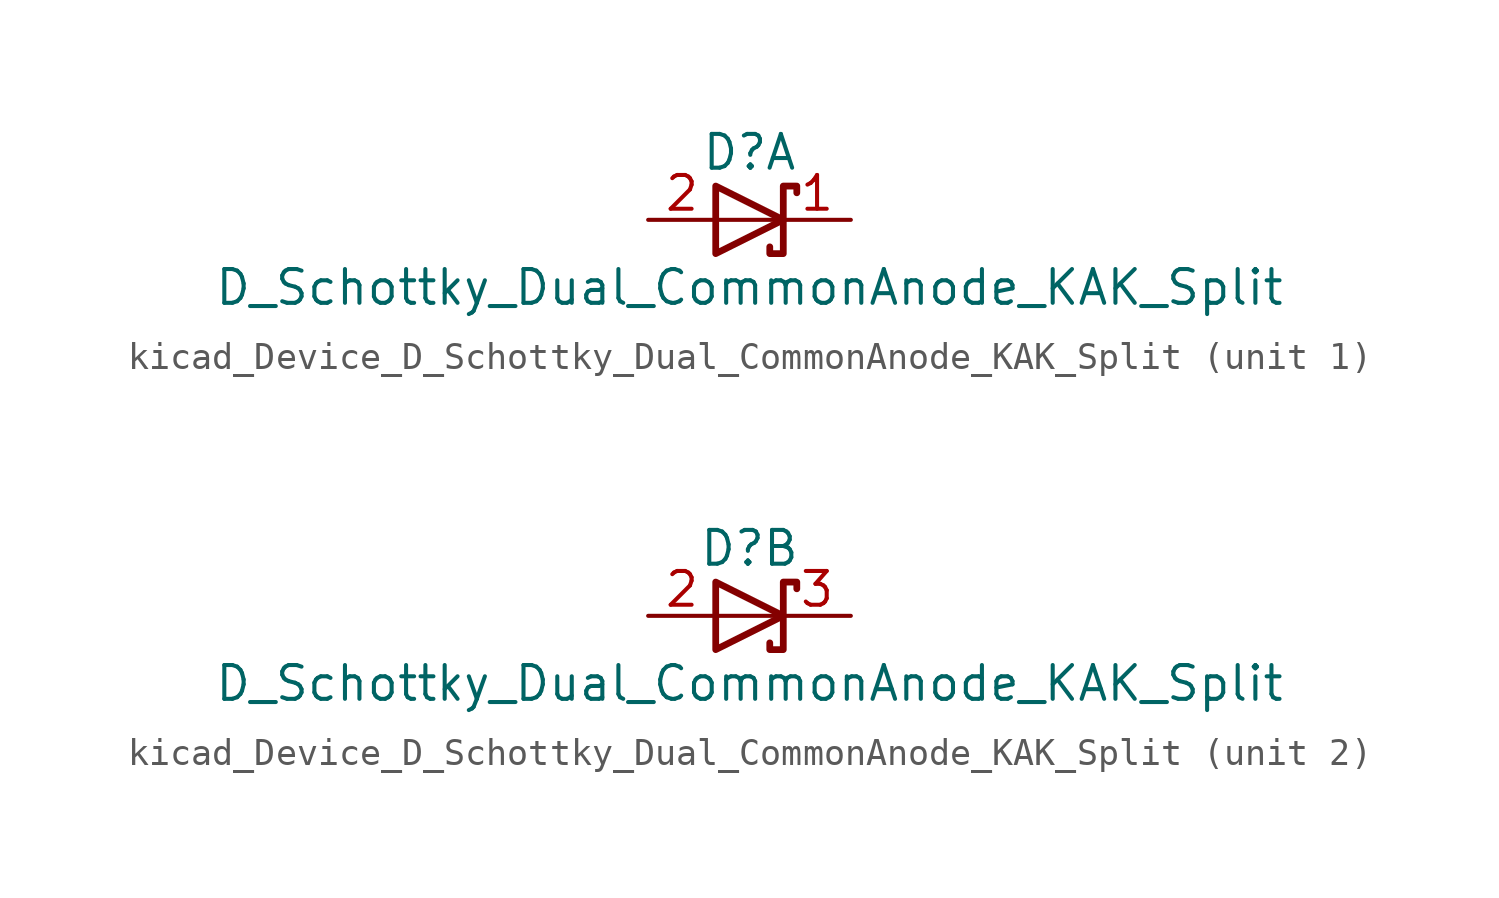
<source format=kicad_sym>
(kicad_symbol_lib
  (version 20220914)
  (generator kicad_symbol_editor)
  (symbol "kicad_Device_D_Schottky_Dual_CommonAnode_KAK_Split"
    (pin_names
      (offset 0.762) hide)
    (property "Reference" "D"
      (at 0 2.54 0)
      (effects (font (size 1.27 1.27))))
    (property "Value" "D_Schottky_Dual_CommonAnode_KAK_Split"
      (at 0 -2.54 0)
      (effects (font (size 1.27 1.27))))
    (property "ki_locked" ""
      (at 0 0 0)
      (effects (font (size 1.27 1.27))))
    (symbol "kicad_Device_D_Schottky_Dual_CommonAnode_KAK_Split_0_1"
      (polyline (pts (xy 1.27 0) (xy -1.27 0)) (stroke (width 0) (type default)) (fill (type none)))
      (polyline (pts (xy -1.27 1.27) (xy 1.27 0) (xy -1.27 -1.27) (xy -1.27 1.27) (xy -1.27 1.27) (xy -1.27 1.27)) (stroke (width 0.254) (type default)) (fill (type none)))
      (polyline (pts (xy 1.778 1.016) (xy 1.778 1.27) (xy 1.27 1.27) (xy 1.27 -1.27) (xy 0.762 -1.27) (xy 0.762 -1.016)) (stroke (width 0.254) (type default)) (fill (type none)))
      (pin passive line (at -3.81 0 0) (length 2.54) (name "A" (effects (font (size 1.27 1.27)))) (number "2" (effects (font (size 1.27 1.27))))))
    (symbol "kicad_Device_D_Schottky_Dual_CommonAnode_KAK_Split_1_1"
      (pin passive line (at 3.81 0 180) (length 2.54) (name "K" (effects (font (size 1.27 1.27)))) (number "1" (effects (font (size 1.27 1.27))))))
    (symbol "kicad_Device_D_Schottky_Dual_CommonAnode_KAK_Split_2_1"
      (pin passive line (at 3.81 0 180) (length 2.54) (name "K" (effects (font (size 1.27 1.27)))) (number "3" (effects (font (size 1.27 1.27))))))))
</source>
